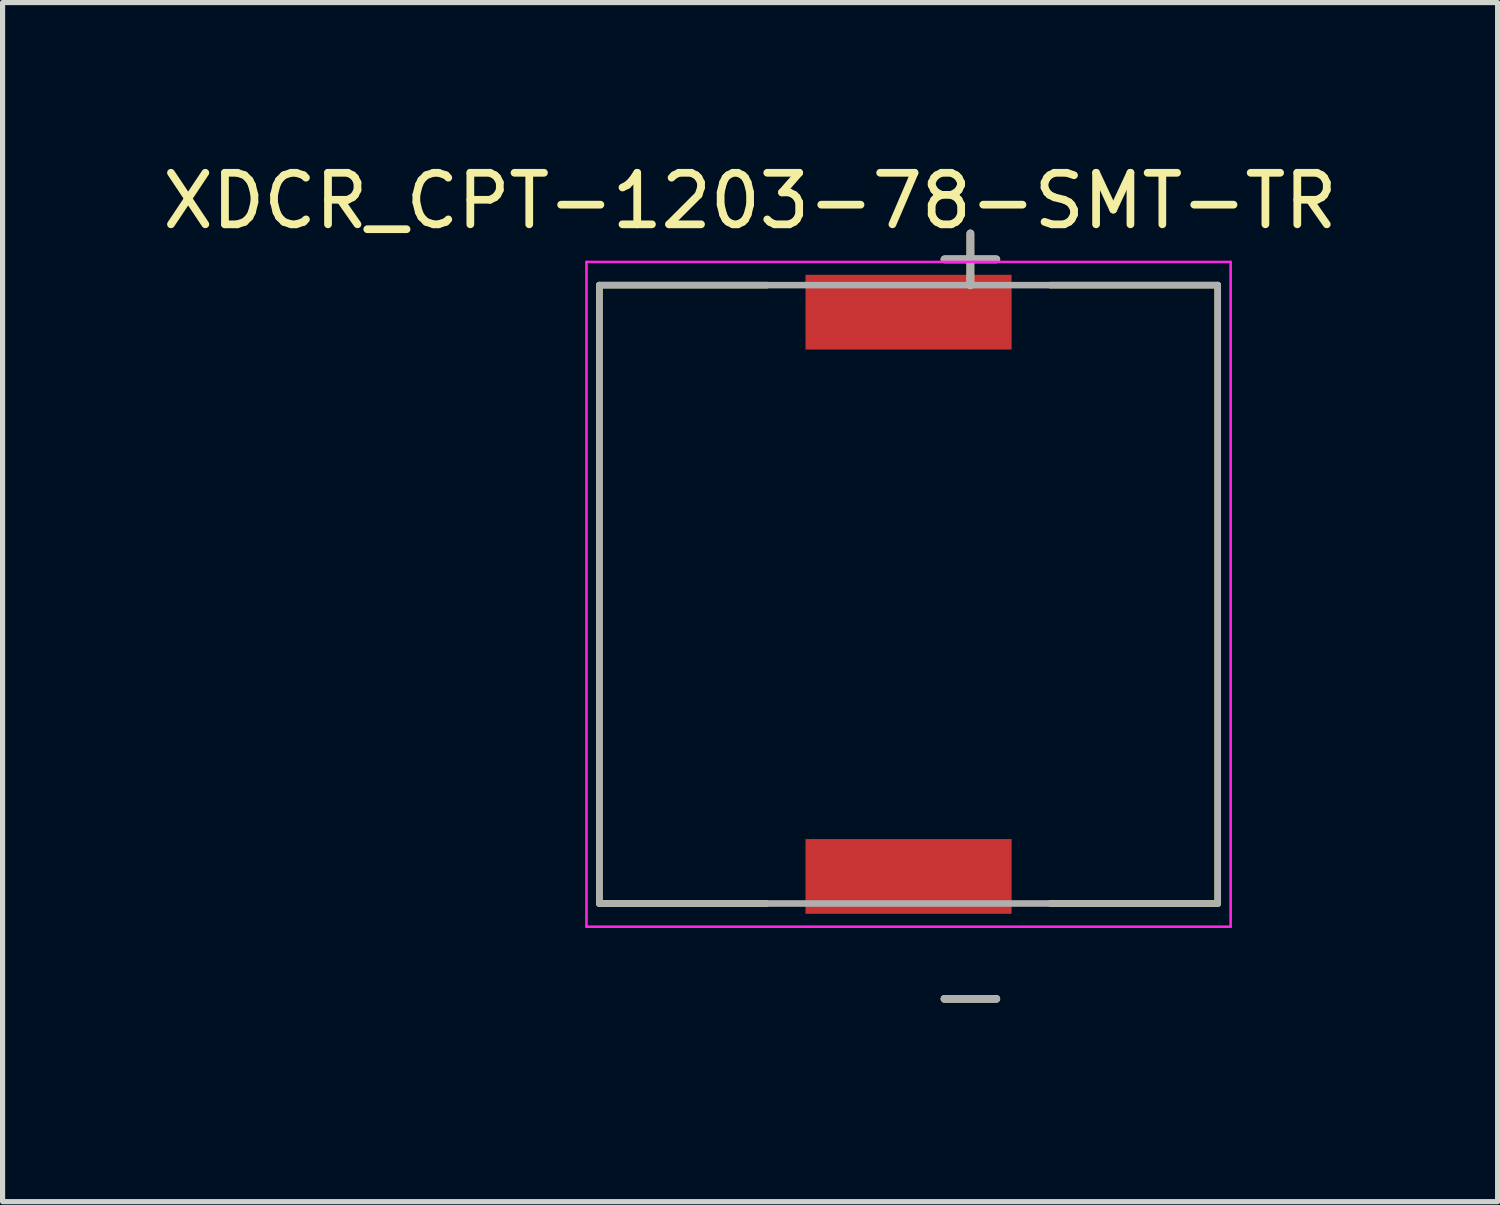
<source format=kicad_pcb>
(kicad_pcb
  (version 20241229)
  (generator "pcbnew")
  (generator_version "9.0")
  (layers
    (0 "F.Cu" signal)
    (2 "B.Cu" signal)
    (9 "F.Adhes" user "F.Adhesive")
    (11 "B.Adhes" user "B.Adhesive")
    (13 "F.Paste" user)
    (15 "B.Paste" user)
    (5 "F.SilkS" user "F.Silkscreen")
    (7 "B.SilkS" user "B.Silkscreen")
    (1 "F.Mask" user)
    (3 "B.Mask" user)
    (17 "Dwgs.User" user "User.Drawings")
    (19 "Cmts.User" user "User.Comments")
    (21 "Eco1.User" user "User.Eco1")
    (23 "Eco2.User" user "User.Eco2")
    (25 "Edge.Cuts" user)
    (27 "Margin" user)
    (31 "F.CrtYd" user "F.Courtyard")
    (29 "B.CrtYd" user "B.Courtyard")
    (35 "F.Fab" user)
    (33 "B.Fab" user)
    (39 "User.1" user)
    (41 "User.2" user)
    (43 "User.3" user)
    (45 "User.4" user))
  (footprint "XDCR_CPT-1203-78-SMT-TR"
    (layer "F.Cu")
    (at 14.581 8.483)
    (property "Reference" "XDCR_CPT-1203-78-SMT-TR" (at -3.075 -7.635 0) (layer "F.SilkS") (effects (font (size 1 1) (thickness 0.15))))
    (attr smd)
    (fp_line (start -6 -6) (end -6 6) (stroke (width 0.127) (type solid)) (layer "F.SilkS"))
    (fp_line (start -6 6) (end -2.75 6) (stroke (width 0.127) (type solid)) (layer "F.SilkS"))
    (fp_line (start -2.75 -6) (end -6 -6) (stroke (width 0.127) (type solid)) (layer "F.SilkS"))
    (fp_line (start 2.75 -6) (end 6 -6) (stroke (width 0.127) (type solid)) (layer "F.SilkS"))
    (fp_line (start 6 -6) (end 6 6) (stroke (width 0.127) (type solid)) (layer "F.SilkS"))
    (fp_line (start 6 6) (end 2.75 6) (stroke (width 0.127) (type solid)) (layer "F.SilkS"))
    (fp_line (start -6.25 -6.45) (end 6.25 -6.45) (stroke (width 0.05) (type solid)) (layer "F.CrtYd"))
    (fp_line (start -6.25 6.45) (end -6.25 -6.45) (stroke (width 0.05) (type solid)) (layer "F.CrtYd"))
    (fp_line (start 6.25 -6.45) (end 6.25 6.45) (stroke (width 0.05) (type solid)) (layer "F.CrtYd"))
    (fp_line (start 6.25 6.45) (end -6.25 6.45) (stroke (width 0.05) (type solid)) (layer "F.CrtYd"))
    (fp_line (start -6 -6) (end 6 -6) (stroke (width 0.127) (type solid)) (layer "F.Fab"))
    (fp_line (start -6 6) (end -6 -6) (stroke (width 0.127) (type solid)) (layer "F.Fab"))
    (fp_line (start 6 -6) (end 6 6) (stroke (width 0.127) (type solid)) (layer "F.Fab"))
    (fp_line (start 6 6) (end -6 6) (stroke (width 0.127) (type solid)) (layer "F.Fab"))
    (fp_text user "+" (at 1.2 -6.6 0) (layer "F.SilkS") (effects (font (size 1.32 1.32) (thickness 0.15))))
    (fp_text user "-" (at 1.2 7.75 0) (layer "F.SilkS") (effects (font (size 1.32 1.32) (thickness 0.15))))
    (fp_text user "-" (at 1.2 7.75 0) (layer "F.Fab") (effects (font (size 1.32 1.32) (thickness 0.15))))
    (fp_text user "+" (at 1.2 -6.6 0) (layer "F.Fab") (effects (font (size 1.32 1.32) (thickness 0.15))))
    (pad "N" smd rect (at 0 5.475) (size 4 1.45) (layers "F.Cu" "F.Mask" "F.Paste"))
    (pad "P" smd rect (at 0 -5.475) (size 4 1.45) (layers "F.Cu" "F.Mask" "F.Paste")))
  (gr_rect
    (start -3 -3)
    (end 26.012 20.269)
    (stroke (width 0.1) (type default))
    (fill no)
    (layer "Edge.Cuts")))
</source>
